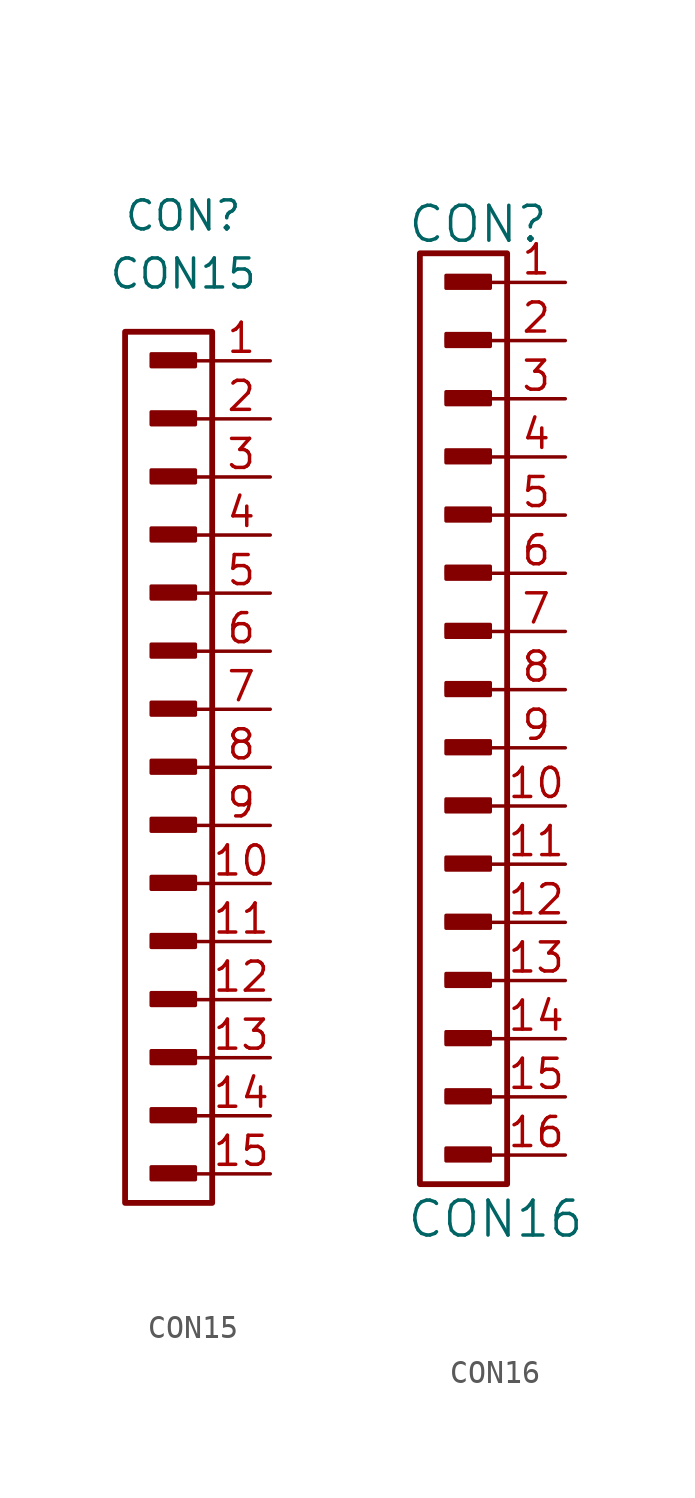
<source format=kicad_sym>
(kicad_symbol_lib
  (version 20220914)
  (generator kicad_symbol_editor)
  (symbol "CON15"
    (pin_names
      (offset 1.016))
    (property "Reference" "CON"
      (at -1.27 24.13 0)
      (effects (font (size 1.27 1.27))))
    (property "Value" "CON15"
      (at -1.27 21.59 0)
      (effects (font (size 1.27 1.27))))
    (symbol "CON15_1_0"
      (rectangle (start -2.642 -17.932) (end -0.864 -17.577) (stroke (width 0) (type solid)) (fill (type none)))
      (rectangle (start -2.642 -15.392) (end -0.864 -15.037) (stroke (width 0) (type solid)) (fill (type none)))
      (rectangle (start -2.642 -12.852) (end -0.864 -12.497) (stroke (width 0) (type solid)) (fill (type none)))
      (rectangle (start -2.642 -10.312) (end -0.864 -9.957) (stroke (width 0) (type solid)) (fill (type none)))
      (rectangle (start -2.642 -7.772) (end -0.864 -7.417) (stroke (width 0) (type solid)) (fill (type none)))
      (rectangle (start -2.642 -5.232) (end -0.864 -4.877) (stroke (width 0) (type solid)) (fill (type none)))
      (rectangle (start -2.642 -0.152) (end -0.864 0.203) (stroke (width 0) (type solid)) (fill (type none)))
      (rectangle (start -2.642 2.388) (end -0.864 2.743) (stroke (width 0) (type solid)) (fill (type none)))
      (rectangle (start -2.642 4.928) (end -0.864 5.283) (stroke (width 0) (type solid)) (fill (type none)))
      (rectangle (start -2.642 7.468) (end -0.864 7.823) (stroke (width 0) (type solid)) (fill (type none)))
      (rectangle (start -2.642 10.008) (end -0.864 10.363) (stroke (width 0) (type solid)) (fill (type none)))
      (rectangle (start -2.642 12.548) (end -0.864 12.903) (stroke (width 0) (type solid)) (fill (type none)))
      (rectangle (start -2.642 15.088) (end -0.864 15.443) (stroke (width 0) (type solid)) (fill (type none)))
      (rectangle (start -2.616 -17.831) (end -0.965 -17.729) (stroke (width 0) (type solid)) (fill (type none)))
      (rectangle (start -2.616 -15.291) (end -0.965 -15.189) (stroke (width 0) (type solid)) (fill (type none)))
      (rectangle (start -2.616 -12.751) (end -0.965 -12.649) (stroke (width 0) (type solid)) (fill (type none)))
      (rectangle (start -2.616 -10.211) (end -0.965 -10.109) (stroke (width 0) (type solid)) (fill (type none)))
      (rectangle (start -2.616 -7.671) (end -0.965 -7.569) (stroke (width 0) (type solid)) (fill (type none)))
      (rectangle (start -2.616 -5.131) (end -0.965 -5.029) (stroke (width 0) (type solid)) (fill (type none)))
      (rectangle (start -2.616 -2.692) (end -0.838 -2.337) (stroke (width 0) (type solid)) (fill (type none)))
      (rectangle (start -2.616 -0.051) (end -0.965 0.051) (stroke (width 0) (type solid)) (fill (type none)))
      (rectangle (start -2.616 2.489) (end -0.965 2.591) (stroke (width 0) (type solid)) (fill (type none)))
      (rectangle (start -2.616 5.029) (end -0.965 5.131) (stroke (width 0) (type solid)) (fill (type none)))
      (rectangle (start -2.616 7.569) (end -0.965 7.671) (stroke (width 0) (type solid)) (fill (type none)))
      (rectangle (start -2.616 10.109) (end -0.965 10.211) (stroke (width 0) (type solid)) (fill (type none)))
      (rectangle (start -2.616 12.649) (end -0.965 12.751) (stroke (width 0) (type solid)) (fill (type none)))
      (rectangle (start -2.616 15.189) (end -0.965 15.291) (stroke (width 0) (type solid)) (fill (type none)))
      (rectangle (start -2.616 17.628) (end -0.838 17.983) (stroke (width 0) (type solid)) (fill (type none)))
      (rectangle (start -2.591 -2.565) (end -0.94 -2.464) (stroke (width 0) (type solid)) (fill (type none)))
      (rectangle (start -2.591 17.755) (end -0.94 17.856) (stroke (width 0) (type solid)) (fill (type none)))
      (rectangle (start -0.965 -17.653) (end -2.642 -17.856) (stroke (width 0) (type solid)) (fill (type none)))
      (rectangle (start -0.965 -15.113) (end -2.642 -15.316) (stroke (width 0) (type solid)) (fill (type none)))
      (rectangle (start -0.965 -12.573) (end -2.642 -12.776) (stroke (width 0) (type solid)) (fill (type none)))
      (rectangle (start -0.965 -10.033) (end -2.642 -10.236) (stroke (width 0) (type solid)) (fill (type none)))
      (rectangle (start -0.965 -7.493) (end -2.642 -7.696) (stroke (width 0) (type solid)) (fill (type none)))
      (rectangle (start -0.965 -4.953) (end -2.642 -5.156) (stroke (width 0) (type solid)) (fill (type none)))
      (rectangle (start -0.965 0.127) (end -2.642 -0.076) (stroke (width 0) (type solid)) (fill (type none)))
      (rectangle (start -0.965 2.667) (end -2.642 2.464) (stroke (width 0) (type solid)) (fill (type none)))
      (rectangle (start -0.965 5.207) (end -2.642 5.004) (stroke (width 0) (type solid)) (fill (type none)))
      (rectangle (start -0.965 7.747) (end -2.642 7.544) (stroke (width 0) (type solid)) (fill (type none)))
      (rectangle (start -0.965 10.287) (end -2.642 10.084) (stroke (width 0) (type solid)) (fill (type none)))
      (rectangle (start -0.965 12.827) (end -2.642 12.624) (stroke (width 0) (type solid)) (fill (type none)))
      (rectangle (start -0.965 15.367) (end -2.642 15.164) (stroke (width 0) (type solid)) (fill (type none)))
      (rectangle (start -0.864 -2.438) (end -2.54 -2.642) (stroke (width 0) (type solid)) (fill (type none)))
      (rectangle (start -0.864 17.882) (end -2.54 17.678) (stroke (width 0) (type solid)) (fill (type none)))
      (rectangle (start -0.737 -17.475) (end -2.667 -18.034) (stroke (width 0) (type solid)) (fill (type none)))
      (rectangle (start -0.737 -14.935) (end -2.667 -15.494) (stroke (width 0) (type solid)) (fill (type none)))
      (rectangle (start -0.737 -12.395) (end -2.667 -12.954) (stroke (width 0) (type solid)) (fill (type none)))
      (rectangle (start -0.737 -9.855) (end -2.667 -10.414) (stroke (width 0) (type solid)) (fill (type none)))
      (rectangle (start -0.737 -7.315) (end -2.667 -7.874) (stroke (width 0) (type solid)) (fill (type none)))
      (rectangle (start -0.737 -4.775) (end -2.667 -5.334) (stroke (width 0) (type solid)) (fill (type none)))
      (rectangle (start -0.737 -2.235) (end -2.667 -2.794) (stroke (width 0) (type solid)) (fill (type none)))
      (rectangle (start -0.737 0.305) (end -2.667 -0.254) (stroke (width 0) (type solid)) (fill (type none)))
      (rectangle (start -0.737 2.845) (end -2.667 2.286) (stroke (width 0) (type solid)) (fill (type none)))
      (rectangle (start -0.737 5.385) (end -2.667 4.826) (stroke (width 0) (type solid)) (fill (type none)))
      (rectangle (start -0.737 7.925) (end -2.667 7.366) (stroke (width 0) (type solid)) (fill (type none)))
      (rectangle (start -0.737 10.465) (end -2.667 9.906) (stroke (width 0) (type solid)) (fill (type none)))
      (rectangle (start -0.737 13.005) (end -2.667 12.446) (stroke (width 0) (type solid)) (fill (type none)))
      (rectangle (start -0.737 15.545) (end -2.667 14.986) (stroke (width 0) (type solid)) (fill (type none)))
      (rectangle (start -0.737 18.085) (end -2.667 17.526) (stroke (width 0) (type solid)) (fill (type none)))
      (polyline (pts (xy 0 -17.78) (xy -0.762 -17.78)) (stroke (width 0) (type solid)) (fill (type none)))
      (polyline (pts (xy 0 -15.24) (xy -0.762 -15.24)) (stroke (width 0) (type solid)) (fill (type none)))
      (polyline (pts (xy 0 -12.7) (xy -0.762 -12.7)) (stroke (width 0) (type solid)) (fill (type none)))
      (polyline (pts (xy 0 -10.16) (xy -0.762 -10.16)) (stroke (width 0) (type solid)) (fill (type none)))
      (polyline (pts (xy 0 -7.62) (xy -0.762 -7.62)) (stroke (width 0) (type solid)) (fill (type none)))
      (polyline (pts (xy 0 -5.08) (xy -0.762 -5.08)) (stroke (width 0) (type solid)) (fill (type none)))
      (polyline (pts (xy 0 -2.54) (xy -0.762 -2.54)) (stroke (width 0) (type solid)) (fill (type none)))
      (polyline (pts (xy 0 0) (xy -0.762 0)) (stroke (width 0) (type solid)) (fill (type none)))
      (polyline (pts (xy 0 2.54) (xy -0.762 2.54)) (stroke (width 0) (type solid)) (fill (type none)))
      (polyline (pts (xy 0 5.08) (xy -0.762 5.08)) (stroke (width 0) (type solid)) (fill (type none)))
      (polyline (pts (xy 0 7.62) (xy -0.762 7.62)) (stroke (width 0) (type solid)) (fill (type none)))
      (polyline (pts (xy 0 10.16) (xy -0.762 10.16)) (stroke (width 0) (type solid)) (fill (type none)))
      (polyline (pts (xy 0 12.7) (xy -0.762 12.7)) (stroke (width 0) (type solid)) (fill (type none)))
      (polyline (pts (xy 0 15.24) (xy -0.762 15.24)) (stroke (width 0) (type solid)) (fill (type none)))
      (polyline (pts (xy 0 17.78) (xy -0.762 17.78)) (stroke (width 0) (type solid)) (fill (type none))))
    (symbol "CON15_1_1"
      (rectangle (start -3.81 19.05) (end 0 -19.05) (stroke (width 0.254) (type solid)) (fill (type none)))
      (pin passive line (at 2.54 17.78 180) (length 2.54) (name "~" (effects (font (size 1.27 1.27)))) (number "1" (effects (font (size 1.27 1.27)))))
      (pin passive line (at 2.54 -5.08 180) (length 2.54) (name "~" (effects (font (size 1.27 1.27)))) (number "10" (effects (font (size 1.27 1.27)))))
      (pin passive line (at 2.54 -7.62 180) (length 2.54) (name "~" (effects (font (size 1.27 1.27)))) (number "11" (effects (font (size 1.27 1.27)))))
      (pin passive line (at 2.54 -10.16 180) (length 2.54) (name "~" (effects (font (size 1.27 1.27)))) (number "12" (effects (font (size 1.27 1.27)))))
      (pin passive line (at 2.54 -12.7 180) (length 2.54) (name "~" (effects (font (size 1.27 1.27)))) (number "13" (effects (font (size 1.27 1.27)))))
      (pin passive line (at 2.54 -15.24 180) (length 2.54) (name "~" (effects (font (size 1.27 1.27)))) (number "14" (effects (font (size 1.27 1.27)))))
      (pin passive line (at 2.54 -17.78 180) (length 2.54) (name "~" (effects (font (size 1.27 1.27)))) (number "15" (effects (font (size 1.27 1.27)))))
      (pin passive line (at 2.54 15.24 180) (length 2.54) (name "~" (effects (font (size 1.27 1.27)))) (number "2" (effects (font (size 1.27 1.27)))))
      (pin passive line (at 2.54 12.7 180) (length 2.54) (name "~" (effects (font (size 1.27 1.27)))) (number "3" (effects (font (size 1.27 1.27)))))
      (pin passive line (at 2.54 10.16 180) (length 2.54) (name "~" (effects (font (size 1.27 1.27)))) (number "4" (effects (font (size 1.27 1.27)))))
      (pin passive line (at 2.54 7.62 180) (length 2.54) (name "~" (effects (font (size 1.27 1.27)))) (number "5" (effects (font (size 1.27 1.27)))))
      (pin passive line (at 2.54 5.08 180) (length 2.54) (name "~" (effects (font (size 1.27 1.27)))) (number "6" (effects (font (size 1.27 1.27)))))
      (pin passive line (at 2.54 2.54 180) (length 2.54) (name "~" (effects (font (size 1.27 1.27)))) (number "7" (effects (font (size 1.27 1.27)))))
      (pin passive line (at 2.54 0 180) (length 2.54) (name "~" (effects (font (size 1.27 1.27)))) (number "8" (effects (font (size 1.27 1.27)))))
      (pin passive line (at 2.54 -2.54 180) (length 2.54) (name "~" (effects (font (size 1.27 1.27)))) (number "9" (effects (font (size 1.27 1.27)))))))
  (symbol "CON16"
    (pin_names
      (offset 1.016))
    (property "Reference" "CON"
      (at -1.27 20.32 0)
      (effects (font (size 1.524 1.524))))
    (property "Value" "CON16"
      (at -0.508 -23.114 0)
      (effects (font (size 1.524 1.524))))
    (property "Footprint" ""
      (at -1.905 16.51 0)
      (effects (font (size 1.524 1.524))))
    (property "Datasheet" ""
      (at -1.905 16.51 0)
      (effects (font (size 1.524 1.524))))
    (symbol "CON16_0_0"
      (rectangle (start -2.642 -20.472) (end -0.864 -20.117) (stroke (width 0) (type solid)) (fill (type none)))
      (rectangle (start -2.642 -17.932) (end -0.864 -17.577) (stroke (width 0) (type solid)) (fill (type none)))
      (rectangle (start -2.642 -15.392) (end -0.864 -15.037) (stroke (width 0) (type solid)) (fill (type none)))
      (rectangle (start -2.642 -12.852) (end -0.864 -12.497) (stroke (width 0) (type solid)) (fill (type none)))
      (rectangle (start -2.642 -10.312) (end -0.864 -9.957) (stroke (width 0) (type solid)) (fill (type none)))
      (rectangle (start -2.642 -7.772) (end -0.864 -7.417) (stroke (width 0) (type solid)) (fill (type none)))
      (rectangle (start -2.642 -5.232) (end -0.864 -4.877) (stroke (width 0) (type solid)) (fill (type none)))
      (rectangle (start -2.642 -0.152) (end -0.864 0.203) (stroke (width 0) (type solid)) (fill (type none)))
      (rectangle (start -2.642 2.388) (end -0.864 2.743) (stroke (width 0) (type solid)) (fill (type none)))
      (rectangle (start -2.642 4.928) (end -0.864 5.283) (stroke (width 0) (type solid)) (fill (type none)))
      (rectangle (start -2.642 7.468) (end -0.864 7.823) (stroke (width 0) (type solid)) (fill (type none)))
      (rectangle (start -2.642 10.008) (end -0.864 10.363) (stroke (width 0) (type solid)) (fill (type none)))
      (rectangle (start -2.642 12.548) (end -0.864 12.903) (stroke (width 0) (type solid)) (fill (type none)))
      (rectangle (start -2.642 15.088) (end -0.864 15.443) (stroke (width 0) (type solid)) (fill (type none)))
      (rectangle (start -2.616 -20.371) (end -0.965 -20.269) (stroke (width 0) (type solid)) (fill (type none)))
      (rectangle (start -2.616 -17.831) (end -0.965 -17.729) (stroke (width 0) (type solid)) (fill (type none)))
      (rectangle (start -2.616 -15.291) (end -0.965 -15.189) (stroke (width 0) (type solid)) (fill (type none)))
      (rectangle (start -2.616 -12.751) (end -0.965 -12.649) (stroke (width 0) (type solid)) (fill (type none)))
      (rectangle (start -2.616 -10.211) (end -0.965 -10.109) (stroke (width 0) (type solid)) (fill (type none)))
      (rectangle (start -2.616 -7.671) (end -0.965 -7.569) (stroke (width 0) (type solid)) (fill (type none)))
      (rectangle (start -2.616 -5.131) (end -0.965 -5.029) (stroke (width 0) (type solid)) (fill (type none)))
      (rectangle (start -2.616 -2.692) (end -0.838 -2.337) (stroke (width 0) (type solid)) (fill (type none)))
      (rectangle (start -2.616 -0.051) (end -0.965 0.051) (stroke (width 0) (type solid)) (fill (type none)))
      (rectangle (start -2.616 2.489) (end -0.965 2.591) (stroke (width 0) (type solid)) (fill (type none)))
      (rectangle (start -2.616 5.029) (end -0.965 5.131) (stroke (width 0) (type solid)) (fill (type none)))
      (rectangle (start -2.616 7.569) (end -0.965 7.671) (stroke (width 0) (type solid)) (fill (type none)))
      (rectangle (start -2.616 10.109) (end -0.965 10.211) (stroke (width 0) (type solid)) (fill (type none)))
      (rectangle (start -2.616 12.649) (end -0.965 12.751) (stroke (width 0) (type solid)) (fill (type none)))
      (rectangle (start -2.616 15.189) (end -0.965 15.291) (stroke (width 0) (type solid)) (fill (type none)))
      (rectangle (start -2.616 17.628) (end -0.838 17.983) (stroke (width 0) (type solid)) (fill (type none)))
      (rectangle (start -2.591 -2.565) (end -0.94 -2.464) (stroke (width 0) (type solid)) (fill (type none)))
      (rectangle (start -2.591 17.755) (end -0.94 17.856) (stroke (width 0) (type solid)) (fill (type none)))
      (rectangle (start -0.965 -20.193) (end -2.642 -20.396) (stroke (width 0) (type solid)) (fill (type none)))
      (rectangle (start -0.965 -17.653) (end -2.642 -17.856) (stroke (width 0) (type solid)) (fill (type none)))
      (rectangle (start -0.965 -15.113) (end -2.642 -15.316) (stroke (width 0) (type solid)) (fill (type none)))
      (rectangle (start -0.965 -12.573) (end -2.642 -12.776) (stroke (width 0) (type solid)) (fill (type none)))
      (rectangle (start -0.965 -10.033) (end -2.642 -10.236) (stroke (width 0) (type solid)) (fill (type none)))
      (rectangle (start -0.965 -7.493) (end -2.642 -7.696) (stroke (width 0) (type solid)) (fill (type none)))
      (rectangle (start -0.965 -4.953) (end -2.642 -5.156) (stroke (width 0) (type solid)) (fill (type none)))
      (rectangle (start -0.965 0.127) (end -2.642 -0.076) (stroke (width 0) (type solid)) (fill (type none)))
      (rectangle (start -0.965 2.667) (end -2.642 2.464) (stroke (width 0) (type solid)) (fill (type none)))
      (rectangle (start -0.965 5.207) (end -2.642 5.004) (stroke (width 0) (type solid)) (fill (type none)))
      (rectangle (start -0.965 7.747) (end -2.642 7.544) (stroke (width 0) (type solid)) (fill (type none)))
      (rectangle (start -0.965 10.287) (end -2.642 10.084) (stroke (width 0) (type solid)) (fill (type none)))
      (rectangle (start -0.965 12.827) (end -2.642 12.624) (stroke (width 0) (type solid)) (fill (type none)))
      (rectangle (start -0.965 15.367) (end -2.642 15.164) (stroke (width 0) (type solid)) (fill (type none)))
      (rectangle (start -0.864 -2.438) (end -2.54 -2.642) (stroke (width 0) (type solid)) (fill (type none)))
      (rectangle (start -0.864 17.882) (end -2.54 17.678) (stroke (width 0) (type solid)) (fill (type none)))
      (rectangle (start -0.737 -20.015) (end -2.667 -20.574) (stroke (width 0) (type solid)) (fill (type none)))
      (rectangle (start -0.737 -17.475) (end -2.667 -18.034) (stroke (width 0) (type solid)) (fill (type none)))
      (rectangle (start -0.737 -14.935) (end -2.667 -15.494) (stroke (width 0) (type solid)) (fill (type none)))
      (rectangle (start -0.737 -12.395) (end -2.667 -12.954) (stroke (width 0) (type solid)) (fill (type none)))
      (rectangle (start -0.737 -9.855) (end -2.667 -10.414) (stroke (width 0) (type solid)) (fill (type none)))
      (rectangle (start -0.737 -7.315) (end -2.667 -7.874) (stroke (width 0) (type solid)) (fill (type none)))
      (rectangle (start -0.737 -4.775) (end -2.667 -5.334) (stroke (width 0) (type solid)) (fill (type none)))
      (rectangle (start -0.737 -2.235) (end -2.667 -2.794) (stroke (width 0) (type solid)) (fill (type none)))
      (rectangle (start -0.737 0.305) (end -2.667 -0.254) (stroke (width 0) (type solid)) (fill (type none)))
      (rectangle (start -0.737 2.845) (end -2.667 2.286) (stroke (width 0) (type solid)) (fill (type none)))
      (rectangle (start -0.737 5.385) (end -2.667 4.826) (stroke (width 0) (type solid)) (fill (type none)))
      (rectangle (start -0.737 7.925) (end -2.667 7.366) (stroke (width 0) (type solid)) (fill (type none)))
      (rectangle (start -0.737 10.465) (end -2.667 9.906) (stroke (width 0) (type solid)) (fill (type none)))
      (rectangle (start -0.737 13.005) (end -2.667 12.446) (stroke (width 0) (type solid)) (fill (type none)))
      (rectangle (start -0.737 15.545) (end -2.667 14.986) (stroke (width 0) (type solid)) (fill (type none)))
      (rectangle (start -0.737 18.085) (end -2.667 17.526) (stroke (width 0) (type solid)) (fill (type none)))
      (polyline (pts (xy 0 -20.32) (xy -0.762 -20.32)) (stroke (width 0) (type solid)) (fill (type none)))
      (polyline (pts (xy 0 -17.78) (xy -0.762 -17.78)) (stroke (width 0) (type solid)) (fill (type none)))
      (polyline (pts (xy 0 -15.24) (xy -0.762 -15.24)) (stroke (width 0) (type solid)) (fill (type none)))
      (polyline (pts (xy 0 -12.7) (xy -0.762 -12.7)) (stroke (width 0) (type solid)) (fill (type none)))
      (polyline (pts (xy 0 -10.16) (xy -0.762 -10.16)) (stroke (width 0) (type solid)) (fill (type none)))
      (polyline (pts (xy 0 -7.62) (xy -0.762 -7.62)) (stroke (width 0) (type solid)) (fill (type none)))
      (polyline (pts (xy 0 -5.08) (xy -0.762 -5.08)) (stroke (width 0) (type solid)) (fill (type none)))
      (polyline (pts (xy 0 -2.54) (xy -0.762 -2.54)) (stroke (width 0) (type solid)) (fill (type none)))
      (polyline (pts (xy 0 0) (xy -0.762 0)) (stroke (width 0) (type solid)) (fill (type none)))
      (polyline (pts (xy 0 2.54) (xy -0.762 2.54)) (stroke (width 0) (type solid)) (fill (type none)))
      (polyline (pts (xy 0 5.08) (xy -0.762 5.08)) (stroke (width 0) (type solid)) (fill (type none)))
      (polyline (pts (xy 0 7.62) (xy -0.762 7.62)) (stroke (width 0) (type solid)) (fill (type none)))
      (polyline (pts (xy 0 10.16) (xy -0.762 10.16)) (stroke (width 0) (type solid)) (fill (type none)))
      (polyline (pts (xy 0 12.7) (xy -0.762 12.7)) (stroke (width 0) (type solid)) (fill (type none)))
      (polyline (pts (xy 0 15.24) (xy -0.762 15.24)) (stroke (width 0) (type solid)) (fill (type none)))
      (polyline (pts (xy 0 17.78) (xy -0.762 17.78)) (stroke (width 0) (type solid)) (fill (type none))))
    (symbol "CON16_0_1"
      (rectangle (start -3.81 19.05) (end 0 -21.59) (stroke (width 0.254) (type solid)) (fill (type none))))
    (symbol "CON16_1_1"
      (pin passive line (at 2.54 17.78 180) (length 2.54) (name "~" (effects (font (size 1.27 1.27)))) (number "1" (effects (font (size 1.27 1.27)))))
      (pin passive line (at 2.54 -5.08 180) (length 2.54) (name "~" (effects (font (size 1.27 1.27)))) (number "10" (effects (font (size 1.27 1.27)))))
      (pin passive line (at 2.54 -7.62 180) (length 2.54) (name "~" (effects (font (size 1.27 1.27)))) (number "11" (effects (font (size 1.27 1.27)))))
      (pin passive line (at 2.54 -10.16 180) (length 2.54) (name "~" (effects (font (size 1.27 1.27)))) (number "12" (effects (font (size 1.27 1.27)))))
      (pin passive line (at 2.54 -12.7 180) (length 2.54) (name "~" (effects (font (size 1.27 1.27)))) (number "13" (effects (font (size 1.27 1.27)))))
      (pin passive line (at 2.54 -15.24 180) (length 2.54) (name "~" (effects (font (size 1.27 1.27)))) (number "14" (effects (font (size 1.27 1.27)))))
      (pin passive line (at 2.54 -17.78 180) (length 2.54) (name "~" (effects (font (size 1.27 1.27)))) (number "15" (effects (font (size 1.27 1.27)))))
      (pin passive line (at 2.54 -20.32 180) (length 2.54) (name "~" (effects (font (size 1.27 1.27)))) (number "16" (effects (font (size 1.27 1.27)))))
      (pin passive line (at 2.54 15.24 180) (length 2.54) (name "~" (effects (font (size 1.27 1.27)))) (number "2" (effects (font (size 1.27 1.27)))))
      (pin passive line (at 2.54 12.7 180) (length 2.54) (name "~" (effects (font (size 1.27 1.27)))) (number "3" (effects (font (size 1.27 1.27)))))
      (pin passive line (at 2.54 10.16 180) (length 2.54) (name "~" (effects (font (size 1.27 1.27)))) (number "4" (effects (font (size 1.27 1.27)))))
      (pin passive line (at 2.54 7.62 180) (length 2.54) (name "~" (effects (font (size 1.27 1.27)))) (number "5" (effects (font (size 1.27 1.27)))))
      (pin passive line (at 2.54 5.08 180) (length 2.54) (name "~" (effects (font (size 1.27 1.27)))) (number "6" (effects (font (size 1.27 1.27)))))
      (pin passive line (at 2.54 2.54 180) (length 2.54) (name "~" (effects (font (size 1.27 1.27)))) (number "7" (effects (font (size 1.27 1.27)))))
      (pin passive line (at 2.54 0 180) (length 2.54) (name "~" (effects (font (size 1.27 1.27)))) (number "8" (effects (font (size 1.27 1.27)))))
      (pin passive line (at 2.54 -2.54 180) (length 2.54) (name "~" (effects (font (size 1.27 1.27)))) (number "9" (effects (font (size 1.27 1.27))))))))
</source>
